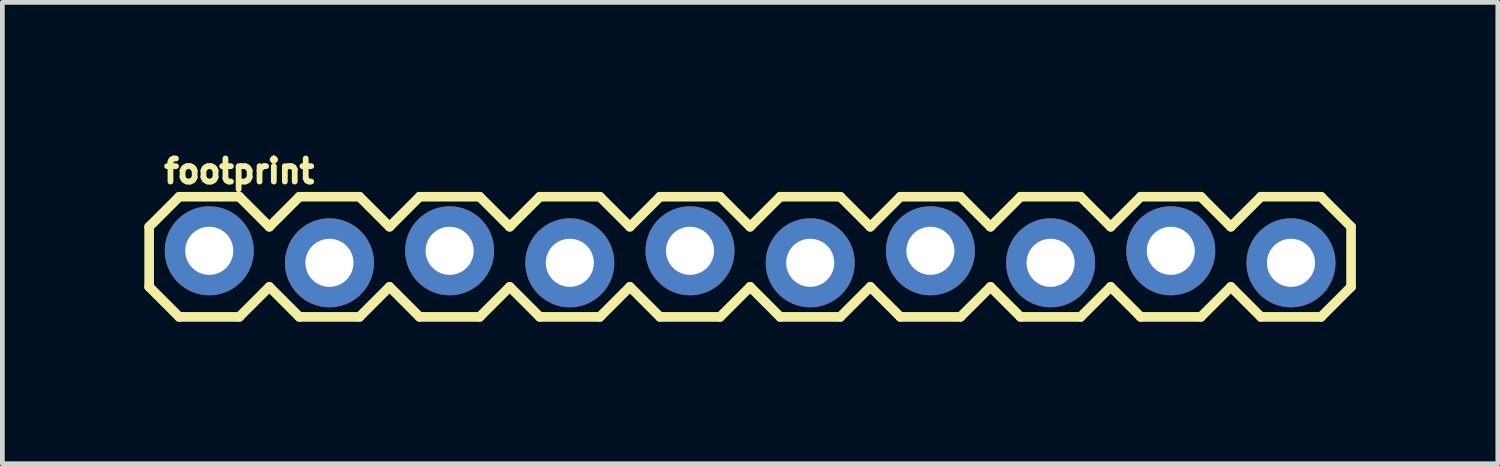
<source format=kicad_pcb>
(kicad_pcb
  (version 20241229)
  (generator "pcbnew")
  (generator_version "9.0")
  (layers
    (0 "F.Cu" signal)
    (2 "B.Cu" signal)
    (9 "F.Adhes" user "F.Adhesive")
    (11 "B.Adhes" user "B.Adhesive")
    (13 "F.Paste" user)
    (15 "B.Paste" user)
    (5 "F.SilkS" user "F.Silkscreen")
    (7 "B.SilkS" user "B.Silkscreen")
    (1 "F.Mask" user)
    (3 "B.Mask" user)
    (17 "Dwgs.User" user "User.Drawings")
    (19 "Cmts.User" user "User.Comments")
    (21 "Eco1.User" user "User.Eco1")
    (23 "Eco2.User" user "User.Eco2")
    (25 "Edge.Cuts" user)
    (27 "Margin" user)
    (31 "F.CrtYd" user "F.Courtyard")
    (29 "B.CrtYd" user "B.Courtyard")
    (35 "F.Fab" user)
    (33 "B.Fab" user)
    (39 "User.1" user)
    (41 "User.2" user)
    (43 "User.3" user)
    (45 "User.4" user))
  (footprint "footprint"
    (layer "F.Cu")
    (at 1.372 2.377)
    (property "Reference" "footprint" (at -1.016 -1.524 0) (layer "F.SilkS") (effects (font (size 0.488 0.488) (thickness 0.122)) (justify left bottom)))
    (fp_line (start -1.27 -0.635) (end -1.27 0.635) (stroke (width 0.203) (type solid)) (layer "F.SilkS"))
    (fp_line (start -1.27 0.635) (end -0.635 1.27) (stroke (width 0.203) (type solid)) (layer "F.SilkS"))
    (fp_line (start -0.635 -1.27) (end -1.27 -0.635) (stroke (width 0.203) (type solid)) (layer "F.SilkS"))
    (fp_line (start -0.635 -1.27) (end 0.635 -1.27) (stroke (width 0.203) (type solid)) (layer "F.SilkS"))
    (fp_line (start 0.635 -1.27) (end 1.27 -0.635) (stroke (width 0.203) (type solid)) (layer "F.SilkS"))
    (fp_line (start 0.635 1.27) (end -0.635 1.27) (stroke (width 0.203) (type solid)) (layer "F.SilkS"))
    (fp_line (start 1.27 -0.635) (end 1.905 -1.27) (stroke (width 0.203) (type solid)) (layer "F.SilkS"))
    (fp_line (start 1.27 0.635) (end 0.635 1.27) (stroke (width 0.203) (type solid)) (layer "F.SilkS"))
    (fp_line (start 1.905 -1.27) (end 3.175 -1.27) (stroke (width 0.203) (type solid)) (layer "F.SilkS"))
    (fp_line (start 1.905 1.27) (end 1.27 0.635) (stroke (width 0.203) (type solid)) (layer "F.SilkS"))
    (fp_line (start 3.175 -1.27) (end 3.81 -0.635) (stroke (width 0.203) (type solid)) (layer "F.SilkS"))
    (fp_line (start 3.175 1.27) (end 1.905 1.27) (stroke (width 0.203) (type solid)) (layer "F.SilkS"))
    (fp_line (start 3.81 -0.635) (end 4.445 -1.27) (stroke (width 0.203) (type solid)) (layer "F.SilkS"))
    (fp_line (start 3.81 0.635) (end 3.175 1.27) (stroke (width 0.203) (type solid)) (layer "F.SilkS"))
    (fp_line (start 4.445 -1.27) (end 5.715 -1.27) (stroke (width 0.203) (type solid)) (layer "F.SilkS"))
    (fp_line (start 4.445 1.27) (end 3.81 0.635) (stroke (width 0.203) (type solid)) (layer "F.SilkS"))
    (fp_line (start 5.715 -1.27) (end 6.35 -0.635) (stroke (width 0.203) (type solid)) (layer "F.SilkS"))
    (fp_line (start 5.715 1.27) (end 4.445 1.27) (stroke (width 0.203) (type solid)) (layer "F.SilkS"))
    (fp_line (start 6.35 0.635) (end 5.715 1.27) (stroke (width 0.203) (type solid)) (layer "F.SilkS"))
    (fp_line (start 6.35 0.635) (end 6.985 1.27) (stroke (width 0.203) (type solid)) (layer "F.SilkS"))
    (fp_line (start 6.985 -1.27) (end 6.35 -0.635) (stroke (width 0.203) (type solid)) (layer "F.SilkS"))
    (fp_line (start 6.985 -1.27) (end 8.255 -1.27) (stroke (width 0.203) (type solid)) (layer "F.SilkS"))
    (fp_line (start 8.255 -1.27) (end 8.89 -0.635) (stroke (width 0.203) (type solid)) (layer "F.SilkS"))
    (fp_line (start 8.255 1.27) (end 6.985 1.27) (stroke (width 0.203) (type solid)) (layer "F.SilkS"))
    (fp_line (start 8.89 -0.635) (end 9.525 -1.27) (stroke (width 0.203) (type solid)) (layer "F.SilkS"))
    (fp_line (start 8.89 0.635) (end 8.255 1.27) (stroke (width 0.203) (type solid)) (layer "F.SilkS"))
    (fp_line (start 9.525 -1.27) (end 10.795 -1.27) (stroke (width 0.203) (type solid)) (layer "F.SilkS"))
    (fp_line (start 9.525 1.27) (end 8.89 0.635) (stroke (width 0.203) (type solid)) (layer "F.SilkS"))
    (fp_line (start 10.795 -1.27) (end 11.43 -0.635) (stroke (width 0.203) (type solid)) (layer "F.SilkS"))
    (fp_line (start 10.795 1.27) (end 9.525 1.27) (stroke (width 0.203) (type solid)) (layer "F.SilkS"))
    (fp_line (start 11.43 -0.635) (end 12.065 -1.27) (stroke (width 0.203) (type solid)) (layer "F.SilkS"))
    (fp_line (start 11.43 0.635) (end 10.795 1.27) (stroke (width 0.203) (type solid)) (layer "F.SilkS"))
    (fp_line (start 12.065 -1.27) (end 13.335 -1.27) (stroke (width 0.203) (type solid)) (layer "F.SilkS"))
    (fp_line (start 12.065 1.27) (end 11.43 0.635) (stroke (width 0.203) (type solid)) (layer "F.SilkS"))
    (fp_line (start 13.335 -1.27) (end 13.97 -0.635) (stroke (width 0.203) (type solid)) (layer "F.SilkS"))
    (fp_line (start 13.335 1.27) (end 12.065 1.27) (stroke (width 0.203) (type solid)) (layer "F.SilkS"))
    (fp_line (start 13.97 0.635) (end 13.335 1.27) (stroke (width 0.203) (type solid)) (layer "F.SilkS"))
    (fp_line (start 13.97 0.635) (end 14.605 1.27) (stroke (width 0.203) (type solid)) (layer "F.SilkS"))
    (fp_line (start 14.605 -1.27) (end 13.97 -0.635) (stroke (width 0.203) (type solid)) (layer "F.SilkS"))
    (fp_line (start 14.605 -1.27) (end 15.875 -1.27) (stroke (width 0.203) (type solid)) (layer "F.SilkS"))
    (fp_line (start 15.875 -1.27) (end 16.51 -0.635) (stroke (width 0.203) (type solid)) (layer "F.SilkS"))
    (fp_line (start 15.875 1.27) (end 14.605 1.27) (stroke (width 0.203) (type solid)) (layer "F.SilkS"))
    (fp_line (start 16.51 0.635) (end 15.875 1.27) (stroke (width 0.203) (type solid)) (layer "F.SilkS"))
    (fp_line (start 16.51 0.635) (end 17.145 1.27) (stroke (width 0.203) (type solid)) (layer "F.SilkS"))
    (fp_line (start 17.145 -1.27) (end 16.51 -0.635) (stroke (width 0.203) (type solid)) (layer "F.SilkS"))
    (fp_line (start 17.145 -1.27) (end 18.415 -1.27) (stroke (width 0.203) (type solid)) (layer "F.SilkS"))
    (fp_line (start 18.415 -1.27) (end 19.05 -0.635) (stroke (width 0.203) (type solid)) (layer "F.SilkS"))
    (fp_line (start 18.415 1.27) (end 17.145 1.27) (stroke (width 0.203) (type solid)) (layer "F.SilkS"))
    (fp_line (start 19.05 0.635) (end 18.415 1.27) (stroke (width 0.203) (type solid)) (layer "F.SilkS"))
    (fp_line (start 19.05 0.635) (end 19.685 1.27) (stroke (width 0.203) (type solid)) (layer "F.SilkS"))
    (fp_line (start 19.685 -1.27) (end 19.05 -0.635) (stroke (width 0.203) (type solid)) (layer "F.SilkS"))
    (fp_line (start 19.685 -1.27) (end 20.955 -1.27) (stroke (width 0.203) (type solid)) (layer "F.SilkS"))
    (fp_line (start 20.955 -1.27) (end 21.59 -0.635) (stroke (width 0.203) (type solid)) (layer "F.SilkS"))
    (fp_line (start 20.955 1.27) (end 19.685 1.27) (stroke (width 0.203) (type solid)) (layer "F.SilkS"))
    (fp_line (start 21.59 0.635) (end 20.955 1.27) (stroke (width 0.203) (type solid)) (layer "F.SilkS"))
    (fp_line (start 21.59 0.635) (end 22.225 1.27) (stroke (width 0.203) (type solid)) (layer "F.SilkS"))
    (fp_line (start 22.225 -1.27) (end 21.59 -0.635) (stroke (width 0.203) (type solid)) (layer "F.SilkS"))
    (fp_line (start 22.225 -1.27) (end 23.495 -1.27) (stroke (width 0.203) (type solid)) (layer "F.SilkS"))
    (fp_line (start 23.495 -1.27) (end 24.13 -0.635) (stroke (width 0.203) (type solid)) (layer "F.SilkS"))
    (fp_line (start 23.495 1.27) (end 22.225 1.27) (stroke (width 0.203) (type solid)) (layer "F.SilkS"))
    (fp_line (start 24.13 -0.635) (end 24.13 0.635) (stroke (width 0.203) (type solid)) (layer "F.SilkS"))
    (fp_line (start 24.13 0.635) (end 23.495 1.27) (stroke (width 0.203) (type solid)) (layer "F.SilkS"))
    (fp_poly (pts (xy -0.254 0.254) (xy 0.254 0.254) (xy 0.254 -0.254) (xy -0.254 -0.254)) (stroke (width 0.1) (type solid)) (fill no) (layer "F.Fab"))
    (fp_poly (pts (xy 2.286 0.254) (xy 2.794 0.254) (xy 2.794 -0.254) (xy 2.286 -0.254)) (stroke (width 0.1) (type solid)) (fill no) (layer "F.Fab"))
    (fp_poly (pts (xy 4.826 0.254) (xy 5.334 0.254) (xy 5.334 -0.254) (xy 4.826 -0.254)) (stroke (width 0.1) (type solid)) (fill no) (layer "F.Fab"))
    (fp_poly (pts (xy 7.366 0.254) (xy 7.874 0.254) (xy 7.874 -0.254) (xy 7.366 -0.254)) (stroke (width 0.1) (type solid)) (fill no) (layer "F.Fab"))
    (fp_poly (pts (xy 9.906 0.254) (xy 10.414 0.254) (xy 10.414 -0.254) (xy 9.906 -0.254)) (stroke (width 0.1) (type solid)) (fill no) (layer "F.Fab"))
    (fp_poly (pts (xy 12.446 0.254) (xy 12.954 0.254) (xy 12.954 -0.254) (xy 12.446 -0.254)) (stroke (width 0.1) (type solid)) (fill no) (layer "F.Fab"))
    (fp_poly (pts (xy 14.986 0.254) (xy 15.494 0.254) (xy 15.494 -0.254) (xy 14.986 -0.254)) (stroke (width 0.1) (type solid)) (fill no) (layer "F.Fab"))
    (fp_poly (pts (xy 17.526 0.254) (xy 18.034 0.254) (xy 18.034 -0.254) (xy 17.526 -0.254)) (stroke (width 0.1) (type solid)) (fill no) (layer "F.Fab"))
    (fp_poly (pts (xy 20.066 0.254) (xy 20.574 0.254) (xy 20.574 -0.254) (xy 20.066 -0.254)) (stroke (width 0.1) (type solid)) (fill no) (layer "F.Fab"))
    (fp_poly (pts (xy 22.606 0.254) (xy 23.114 0.254) (xy 23.114 -0.254) (xy 22.606 -0.254)) (stroke (width 0.1) (type solid)) (fill no) (layer "F.Fab"))
    (pad "1" thru_hole circle (at 0 -0.127 90) (size 1.88 1.88) (drill 1.016) (layers "*.Cu" "*.Mask"))
    (pad "2" thru_hole circle (at 2.54 0.127 90) (size 1.88 1.88) (drill 1.016) (layers "*.Cu" "*.Mask"))
    (pad "3" thru_hole circle (at 5.08 -0.127 90) (size 1.88 1.88) (drill 1.016) (layers "*.Cu" "*.Mask"))
    (pad "4" thru_hole circle (at 7.62 0.127 90) (size 1.88 1.88) (drill 1.016) (layers "*.Cu" "*.Mask"))
    (pad "5" thru_hole circle (at 10.16 -0.127 90) (size 1.88 1.88) (drill 1.016) (layers "*.Cu" "*.Mask"))
    (pad "6" thru_hole circle (at 12.7 0.127 90) (size 1.88 1.88) (drill 1.016) (layers "*.Cu" "*.Mask"))
    (pad "7" thru_hole circle (at 15.24 -0.127 90) (size 1.88 1.88) (drill 1.016) (layers "*.Cu" "*.Mask"))
    (pad "8" thru_hole circle (at 17.78 0.127 90) (size 1.88 1.88) (drill 1.016) (layers "*.Cu" "*.Mask"))
    (pad "9" thru_hole circle (at 20.32 -0.127 90) (size 1.88 1.88) (drill 1.016) (layers "*.Cu" "*.Mask"))
    (pad "10" thru_hole circle (at 22.86 0.127 90) (size 1.88 1.88) (drill 1.016) (layers "*.Cu" "*.Mask")))
  (gr_rect
    (start -3 -3)
    (end 28.603 6.749)
    (stroke (width 0.1) (type default))
    (fill no)
    (layer "Edge.Cuts")))
</source>
